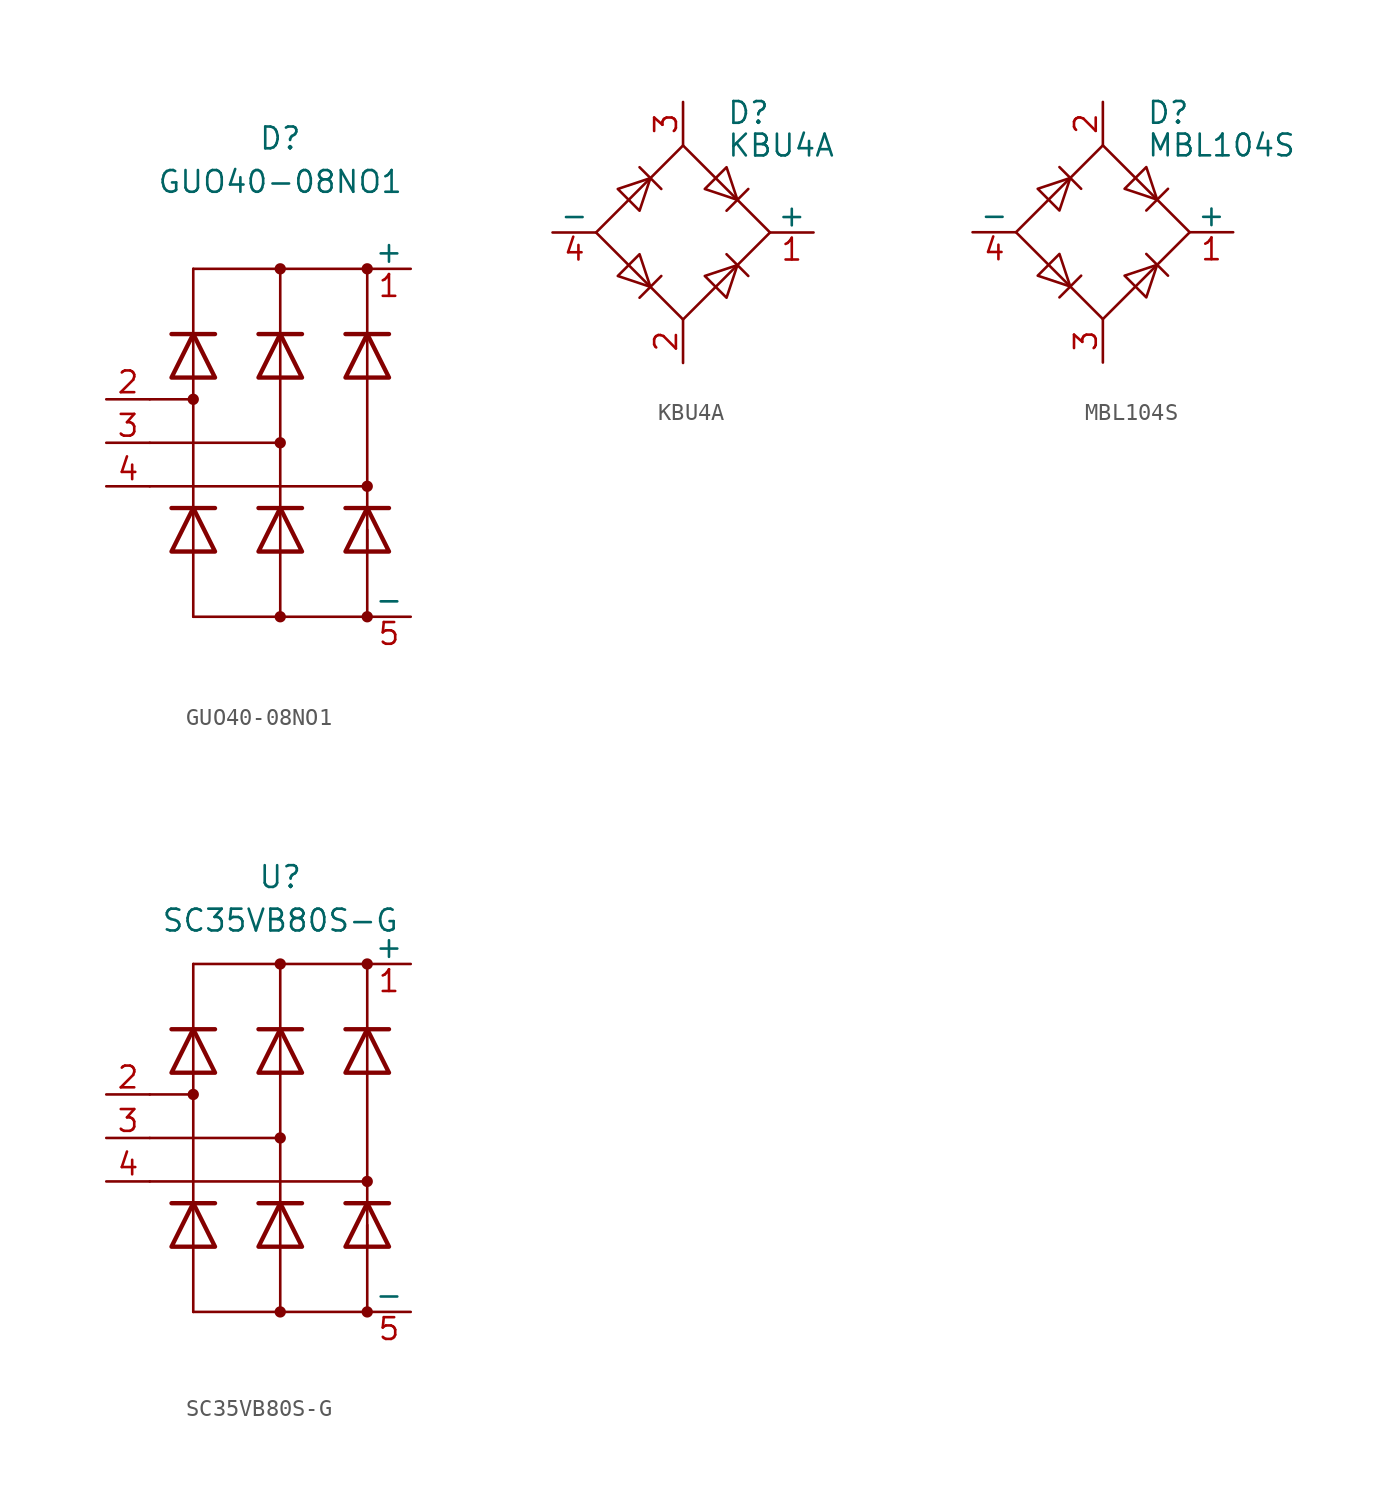
<source format=kicad_sym>
(kicad_symbol_lib
  (version 20211014)
  (generator kicad_symbol_editor)
  (symbol "GUO40-08NO1"
    (pin_names
      (offset 0))
    (property "Reference" "D"
      (at 0 17.78 0)
      (effects (font (size 1.27 1.27))))
    (property "Value" "GUO40-08NO1"
      (at 0 15.24 0)
      (effects (font (size 1.27 1.27))))
    (symbol "GUO40-08NO1_0_1"
      (circle (center -5.08 2.54) (radius 0.254) (stroke (width 0) (type default) (color 0 0 0 0)) (fill (type outline)))
      (circle (center 0 -10.16) (radius 0.254) (stroke (width 0) (type default) (color 0 0 0 0)) (fill (type outline)))
      (polyline (pts (xy -7.62 -2.54) (xy 5.08 -2.54)) (stroke (width 0) (type default) (color 0 0 0 0)) (fill (type none)))
      (polyline (pts (xy -7.62 0) (xy 0 0)) (stroke (width 0) (type default) (color 0 0 0 0)) (fill (type none)))
      (polyline (pts (xy -7.62 2.54) (xy -5.08 2.54)) (stroke (width 0) (type default) (color 0 0 0 0)) (fill (type none)))
      (polyline (pts (xy -5.08 -10.16) (xy 5.08 -10.16)) (stroke (width 0) (type default) (color 0 0 0 0)) (fill (type none)))
      (polyline (pts (xy -5.08 -6.35) (xy -5.08 -10.16)) (stroke (width 0) (type default) (color 0 0 0 0)) (fill (type none)))
      (polyline (pts (xy -5.08 3.81) (xy -5.08 -3.81)) (stroke (width 0) (type default) (color 0 0 0 0)) (fill (type none)))
      (polyline (pts (xy -5.08 10.16) (xy -5.08 6.35)) (stroke (width 0) (type default) (color 0 0 0 0)) (fill (type none)))
      (polyline (pts (xy -5.08 10.16) (xy 5.08 10.16)) (stroke (width 0) (type default) (color 0 0 0 0)) (fill (type none)))
      (polyline (pts (xy 0 -6.35) (xy 0 -10.16)) (stroke (width 0) (type default) (color 0 0 0 0)) (fill (type none)))
      (polyline (pts (xy 0 3.81) (xy 0 -3.81)) (stroke (width 0) (type default) (color 0 0 0 0)) (fill (type none)))
      (polyline (pts (xy 0 6.35) (xy 0 10.16)) (stroke (width 0) (type default) (color 0 0 0 0)) (fill (type none)))
      (polyline (pts (xy 5.08 -10.16) (xy 5.08 -5.08)) (stroke (width 0) (type default) (color 0 0 0 0)) (fill (type none)))
      (polyline (pts (xy 5.08 3.81) (xy 5.08 -3.81)) (stroke (width 0) (type default) (color 0 0 0 0)) (fill (type none)))
      (polyline (pts (xy 5.08 10.16) (xy 5.08 6.35)) (stroke (width 0) (type default) (color 0 0 0 0)) (fill (type none)))
      (circle (center 0 0) (radius 0.254) (stroke (width 0) (type default) (color 0 0 0 0)) (fill (type outline)))
      (circle (center 0 10.16) (radius 0.254) (stroke (width 0) (type default) (color 0 0 0 0)) (fill (type outline)))
      (circle (center 5.08 -10.16) (radius 0.254) (stroke (width 0) (type default) (color 0 0 0 0)) (fill (type outline)))
      (circle (center 5.08 -2.54) (radius 0.254) (stroke (width 0) (type default) (color 0 0 0 0)) (fill (type outline)))
      (circle (center 5.08 10.16) (radius 0.254) (stroke (width 0) (type default) (color 0 0 0 0)) (fill (type outline))))
    (symbol "GUO40-08NO1_1_1"
      (polyline (pts (xy -5.08 -6.35) (xy -5.08 -3.81)) (stroke (width 0) (type default) (color 0 0 0 0)) (fill (type none)))
      (polyline (pts (xy -5.08 3.81) (xy -5.08 6.35)) (stroke (width 0) (type default) (color 0 0 0 0)) (fill (type none)))
      (polyline (pts (xy -3.81 -3.81) (xy -6.35 -3.81)) (stroke (width 0.254) (type default) (color 0 0 0 0)) (fill (type none)))
      (polyline (pts (xy -3.81 6.35) (xy -6.35 6.35)) (stroke (width 0.254) (type default) (color 0 0 0 0)) (fill (type none)))
      (polyline (pts (xy 0 -6.35) (xy 0 -3.81)) (stroke (width 0) (type default) (color 0 0 0 0)) (fill (type none)))
      (polyline (pts (xy 0 3.81) (xy 0 6.35)) (stroke (width 0) (type default) (color 0 0 0 0)) (fill (type none)))
      (polyline (pts (xy 1.27 -3.81) (xy -1.27 -3.81)) (stroke (width 0.254) (type default) (color 0 0 0 0)) (fill (type none)))
      (polyline (pts (xy 1.27 6.35) (xy -1.27 6.35)) (stroke (width 0.254) (type default) (color 0 0 0 0)) (fill (type none)))
      (polyline (pts (xy 5.08 -6.35) (xy 5.08 -3.81)) (stroke (width 0) (type default) (color 0 0 0 0)) (fill (type none)))
      (polyline (pts (xy 5.08 3.81) (xy 5.08 6.35)) (stroke (width 0) (type default) (color 0 0 0 0)) (fill (type none)))
      (polyline (pts (xy 6.35 -3.81) (xy 3.81 -3.81)) (stroke (width 0.254) (type default) (color 0 0 0 0)) (fill (type none)))
      (polyline (pts (xy 6.35 6.35) (xy 3.81 6.35)) (stroke (width 0.254) (type default) (color 0 0 0 0)) (fill (type none)))
      (polyline (pts (xy -3.81 -6.35) (xy -6.35 -6.35) (xy -5.08 -3.81) (xy -3.81 -6.35)) (stroke (width 0.254) (type default) (color 0 0 0 0)) (fill (type none)))
      (polyline (pts (xy -3.81 3.81) (xy -6.35 3.81) (xy -5.08 6.35) (xy -3.81 3.81)) (stroke (width 0.254) (type default) (color 0 0 0 0)) (fill (type none)))
      (polyline (pts (xy 1.27 -6.35) (xy -1.27 -6.35) (xy 0 -3.81) (xy 1.27 -6.35)) (stroke (width 0.254) (type default) (color 0 0 0 0)) (fill (type none)))
      (polyline (pts (xy 1.27 3.81) (xy -1.27 3.81) (xy 0 6.35) (xy 1.27 3.81)) (stroke (width 0.254) (type default) (color 0 0 0 0)) (fill (type none)))
      (polyline (pts (xy 6.35 -6.35) (xy 3.81 -6.35) (xy 5.08 -3.81) (xy 6.35 -6.35)) (stroke (width 0.254) (type default) (color 0 0 0 0)) (fill (type none)))
      (polyline (pts (xy 6.35 3.81) (xy 3.81 3.81) (xy 5.08 6.35) (xy 6.35 3.81)) (stroke (width 0.254) (type default) (color 0 0 0 0)) (fill (type none)))
      (pin passive line (at 7.62 10.16 180) (length 2.54) (name "+" (effects (font (size 1.27 1.27)))) (number "1" (effects (font (size 1.27 1.27)))))
      (pin passive line (at -10.16 2.54 0) (length 2.54) (name "~" (effects (font (size 1.27 1.27)))) (number "2" (effects (font (size 1.27 1.27)))))
      (pin passive line (at -10.16 0 0) (length 2.54) (name "~" (effects (font (size 1.27 1.27)))) (number "3" (effects (font (size 1.27 1.27)))))
      (pin passive line (at -10.16 -2.54 0) (length 2.54) (name "~" (effects (font (size 1.27 1.27)))) (number "4" (effects (font (size 1.27 1.27)))))
      (pin passive line (at 7.62 -10.16 180) (length 2.54) (name "-" (effects (font (size 1.27 1.27)))) (number "5" (effects (font (size 1.27 1.27)))))))
  (symbol "KBU4A"
    (pin_names
      (offset 0))
    (property "Reference" "D"
      (at 2.54 6.985 0)
      (effects (font (size 1.27 1.27)) (justify left)))
    (property "Value" "KBU4A"
      (at 2.54 5.08 0)
      (effects (font (size 1.27 1.27)) (justify left)))
    (symbol "KBU4A_0_1"
      (polyline (pts (xy -2.54 3.81) (xy -1.27 2.54)) (stroke (width 0) (type default) (color 0 0 0 0)) (fill (type none)))
      (polyline (pts (xy -1.27 -2.54) (xy -2.54 -3.81)) (stroke (width 0) (type default) (color 0 0 0 0)) (fill (type none)))
      (polyline (pts (xy 2.54 -1.27) (xy 3.81 -2.54)) (stroke (width 0) (type default) (color 0 0 0 0)) (fill (type none)))
      (polyline (pts (xy 2.54 1.27) (xy 3.81 2.54)) (stroke (width 0) (type default) (color 0 0 0 0)) (fill (type none)))
      (polyline (pts (xy -3.81 2.54) (xy -2.54 1.27) (xy -1.905 3.175) (xy -3.81 2.54)) (stroke (width 0) (type default) (color 0 0 0 0)) (fill (type none)))
      (polyline (pts (xy -2.54 -1.27) (xy -3.81 -2.54) (xy -1.905 -3.175) (xy -2.54 -1.27)) (stroke (width 0) (type default) (color 0 0 0 0)) (fill (type none)))
      (polyline (pts (xy 1.27 2.54) (xy 2.54 3.81) (xy 3.175 1.905) (xy 1.27 2.54)) (stroke (width 0) (type default) (color 0 0 0 0)) (fill (type none)))
      (polyline (pts (xy 3.175 -1.905) (xy 1.27 -2.54) (xy 2.54 -3.81) (xy 3.175 -1.905)) (stroke (width 0) (type default) (color 0 0 0 0)) (fill (type none)))
      (polyline (pts (xy -5.08 0) (xy 0 -5.08) (xy 5.08 0) (xy 0 5.08) (xy -5.08 0)) (stroke (width 0) (type default) (color 0 0 0 0)) (fill (type none))))
    (symbol "KBU4A_1_1"
      (pin passive line (at 7.62 0 180) (length 2.54) (name "+" (effects (font (size 1.27 1.27)))) (number "1" (effects (font (size 1.27 1.27)))))
      (pin passive line (at 0 -7.62 90) (length 2.54) (name "~" (effects (font (size 1.27 1.27)))) (number "2" (effects (font (size 1.27 1.27)))))
      (pin passive line (at 0 7.62 270) (length 2.54) (name "~" (effects (font (size 1.27 1.27)))) (number "3" (effects (font (size 1.27 1.27)))))
      (pin passive line (at -7.62 0 0) (length 2.54) (name "-" (effects (font (size 1.27 1.27)))) (number "4" (effects (font (size 1.27 1.27)))))))
  (symbol "MBL104S"
    (pin_names
      (offset 0))
    (property "Reference" "D"
      (at 2.54 6.985 0)
      (effects (font (size 1.27 1.27)) (justify left)))
    (property "Value" "MBL104S"
      (at 2.54 5.08 0)
      (effects (font (size 1.27 1.27)) (justify left)))
    (symbol "MBL104S_0_1"
      (polyline (pts (xy -2.54 3.81) (xy -1.27 2.54)) (stroke (width 0) (type default) (color 0 0 0 0)) (fill (type none)))
      (polyline (pts (xy -1.27 -2.54) (xy -2.54 -3.81)) (stroke (width 0) (type default) (color 0 0 0 0)) (fill (type none)))
      (polyline (pts (xy 2.54 -1.27) (xy 3.81 -2.54)) (stroke (width 0) (type default) (color 0 0 0 0)) (fill (type none)))
      (polyline (pts (xy 2.54 1.27) (xy 3.81 2.54)) (stroke (width 0) (type default) (color 0 0 0 0)) (fill (type none)))
      (polyline (pts (xy -3.81 2.54) (xy -2.54 1.27) (xy -1.905 3.175) (xy -3.81 2.54)) (stroke (width 0) (type default) (color 0 0 0 0)) (fill (type none)))
      (polyline (pts (xy -2.54 -1.27) (xy -3.81 -2.54) (xy -1.905 -3.175) (xy -2.54 -1.27)) (stroke (width 0) (type default) (color 0 0 0 0)) (fill (type none)))
      (polyline (pts (xy 1.27 2.54) (xy 2.54 3.81) (xy 3.175 1.905) (xy 1.27 2.54)) (stroke (width 0) (type default) (color 0 0 0 0)) (fill (type none)))
      (polyline (pts (xy 3.175 -1.905) (xy 1.27 -2.54) (xy 2.54 -3.81) (xy 3.175 -1.905)) (stroke (width 0) (type default) (color 0 0 0 0)) (fill (type none)))
      (polyline (pts (xy -5.08 0) (xy 0 -5.08) (xy 5.08 0) (xy 0 5.08) (xy -5.08 0)) (stroke (width 0) (type default) (color 0 0 0 0)) (fill (type none))))
    (symbol "MBL104S_1_1"
      (pin passive line (at 7.62 0 180) (length 2.54) (name "+" (effects (font (size 1.27 1.27)))) (number "1" (effects (font (size 1.27 1.27)))))
      (pin passive line (at 0 7.62 270) (length 2.54) (name "~" (effects (font (size 1.27 1.27)))) (number "2" (effects (font (size 1.27 1.27)))))
      (pin passive line (at 0 -7.62 90) (length 2.54) (name "~" (effects (font (size 1.27 1.27)))) (number "3" (effects (font (size 1.27 1.27)))))
      (pin passive line (at -7.62 0 0) (length 2.54) (name "-" (effects (font (size 1.27 1.27)))) (number "4" (effects (font (size 1.27 1.27)))))))
  (symbol "SC35VB80S-G"
    (pin_names
      (offset 0))
    (property "Reference" "U"
      (at 0 15.24 0)
      (effects (font (size 1.27 1.27))))
    (property "Value" "SC35VB80S-G"
      (at 0 12.7 0)
      (effects (font (size 1.27 1.27))))
    (symbol "SC35VB80S-G_1_1"
      (circle (center -5.08 2.54) (radius 0.254) (stroke (width 0) (type default) (color 0 0 0 0)) (fill (type outline)))
      (circle (center 0 -10.16) (radius 0.254) (stroke (width 0) (type default) (color 0 0 0 0)) (fill (type outline)))
      (polyline (pts (xy -7.62 -2.54) (xy 5.08 -2.54)) (stroke (width 0) (type default) (color 0 0 0 0)) (fill (type none)))
      (polyline (pts (xy -7.62 0) (xy 0 0)) (stroke (width 0) (type default) (color 0 0 0 0)) (fill (type none)))
      (polyline (pts (xy -7.62 2.54) (xy -5.08 2.54)) (stroke (width 0) (type default) (color 0 0 0 0)) (fill (type none)))
      (polyline (pts (xy -5.08 -10.16) (xy 5.08 -10.16)) (stroke (width 0) (type default) (color 0 0 0 0)) (fill (type none)))
      (polyline (pts (xy -5.08 -6.35) (xy -5.08 -10.16)) (stroke (width 0) (type default) (color 0 0 0 0)) (fill (type none)))
      (polyline (pts (xy -5.08 -6.35) (xy -5.08 -3.81)) (stroke (width 0) (type default) (color 0 0 0 0)) (fill (type none)))
      (polyline (pts (xy -5.08 3.81) (xy -5.08 -3.81)) (stroke (width 0) (type default) (color 0 0 0 0)) (fill (type none)))
      (polyline (pts (xy -5.08 3.81) (xy -5.08 6.35)) (stroke (width 0) (type default) (color 0 0 0 0)) (fill (type none)))
      (polyline (pts (xy -5.08 10.16) (xy -5.08 6.35)) (stroke (width 0) (type default) (color 0 0 0 0)) (fill (type none)))
      (polyline (pts (xy -5.08 10.16) (xy 5.08 10.16)) (stroke (width 0) (type default) (color 0 0 0 0)) (fill (type none)))
      (polyline (pts (xy -3.81 -3.81) (xy -6.35 -3.81)) (stroke (width 0.254) (type default) (color 0 0 0 0)) (fill (type none)))
      (polyline (pts (xy -3.81 6.35) (xy -6.35 6.35)) (stroke (width 0.254) (type default) (color 0 0 0 0)) (fill (type none)))
      (polyline (pts (xy 0 -6.35) (xy 0 -10.16)) (stroke (width 0) (type default) (color 0 0 0 0)) (fill (type none)))
      (polyline (pts (xy 0 -6.35) (xy 0 -3.81)) (stroke (width 0) (type default) (color 0 0 0 0)) (fill (type none)))
      (polyline (pts (xy 0 3.81) (xy 0 -3.81)) (stroke (width 0) (type default) (color 0 0 0 0)) (fill (type none)))
      (polyline (pts (xy 0 3.81) (xy 0 6.35)) (stroke (width 0) (type default) (color 0 0 0 0)) (fill (type none)))
      (polyline (pts (xy 0 6.35) (xy 0 10.16)) (stroke (width 0) (type default) (color 0 0 0 0)) (fill (type none)))
      (polyline (pts (xy 1.27 -3.81) (xy -1.27 -3.81)) (stroke (width 0.254) (type default) (color 0 0 0 0)) (fill (type none)))
      (polyline (pts (xy 1.27 6.35) (xy -1.27 6.35)) (stroke (width 0.254) (type default) (color 0 0 0 0)) (fill (type none)))
      (polyline (pts (xy 5.08 -10.16) (xy 5.08 -5.08)) (stroke (width 0) (type default) (color 0 0 0 0)) (fill (type none)))
      (polyline (pts (xy 5.08 -6.35) (xy 5.08 -3.81)) (stroke (width 0) (type default) (color 0 0 0 0)) (fill (type none)))
      (polyline (pts (xy 5.08 3.81) (xy 5.08 -3.81)) (stroke (width 0) (type default) (color 0 0 0 0)) (fill (type none)))
      (polyline (pts (xy 5.08 3.81) (xy 5.08 6.35)) (stroke (width 0) (type default) (color 0 0 0 0)) (fill (type none)))
      (polyline (pts (xy 5.08 10.16) (xy 5.08 6.35)) (stroke (width 0) (type default) (color 0 0 0 0)) (fill (type none)))
      (polyline (pts (xy 6.35 -3.81) (xy 3.81 -3.81)) (stroke (width 0.254) (type default) (color 0 0 0 0)) (fill (type none)))
      (polyline (pts (xy 6.35 6.35) (xy 3.81 6.35)) (stroke (width 0.254) (type default) (color 0 0 0 0)) (fill (type none)))
      (polyline (pts (xy -3.81 -6.35) (xy -6.35 -6.35) (xy -5.08 -3.81) (xy -3.81 -6.35)) (stroke (width 0.254) (type default) (color 0 0 0 0)) (fill (type none)))
      (polyline (pts (xy -3.81 3.81) (xy -6.35 3.81) (xy -5.08 6.35) (xy -3.81 3.81)) (stroke (width 0.254) (type default) (color 0 0 0 0)) (fill (type none)))
      (polyline (pts (xy 1.27 -6.35) (xy -1.27 -6.35) (xy 0 -3.81) (xy 1.27 -6.35)) (stroke (width 0.254) (type default) (color 0 0 0 0)) (fill (type none)))
      (polyline (pts (xy 1.27 3.81) (xy -1.27 3.81) (xy 0 6.35) (xy 1.27 3.81)) (stroke (width 0.254) (type default) (color 0 0 0 0)) (fill (type none)))
      (polyline (pts (xy 6.35 -6.35) (xy 3.81 -6.35) (xy 5.08 -3.81) (xy 6.35 -6.35)) (stroke (width 0.254) (type default) (color 0 0 0 0)) (fill (type none)))
      (polyline (pts (xy 6.35 3.81) (xy 3.81 3.81) (xy 5.08 6.35) (xy 6.35 3.81)) (stroke (width 0.254) (type default) (color 0 0 0 0)) (fill (type none)))
      (circle (center 0 0) (radius 0.254) (stroke (width 0) (type default) (color 0 0 0 0)) (fill (type outline)))
      (circle (center 0 10.16) (radius 0.254) (stroke (width 0) (type default) (color 0 0 0 0)) (fill (type outline)))
      (circle (center 5.08 -10.16) (radius 0.254) (stroke (width 0) (type default) (color 0 0 0 0)) (fill (type outline)))
      (circle (center 5.08 -2.54) (radius 0.254) (stroke (width 0) (type default) (color 0 0 0 0)) (fill (type outline)))
      (circle (center 5.08 10.16) (radius 0.254) (stroke (width 0) (type default) (color 0 0 0 0)) (fill (type outline)))
      (pin passive line (at 7.62 10.16 180) (length 2.54) (name "+" (effects (font (size 1.27 1.27)))) (number "1" (effects (font (size 1.27 1.27)))))
      (pin passive line (at -10.16 2.54 0) (length 2.54) (name "~" (effects (font (size 1.27 1.27)))) (number "2" (effects (font (size 1.27 1.27)))))
      (pin passive line (at -10.16 0 0) (length 2.54) (name "~" (effects (font (size 1.27 1.27)))) (number "3" (effects (font (size 1.27 1.27)))))
      (pin passive line (at -10.16 -2.54 0) (length 2.54) (name "~" (effects (font (size 1.27 1.27)))) (number "4" (effects (font (size 1.27 1.27)))))
      (pin passive line (at 7.62 -10.16 180) (length 2.54) (name "-" (effects (font (size 1.27 1.27)))) (number "5" (effects (font (size 1.27 1.27))))))))
</source>
